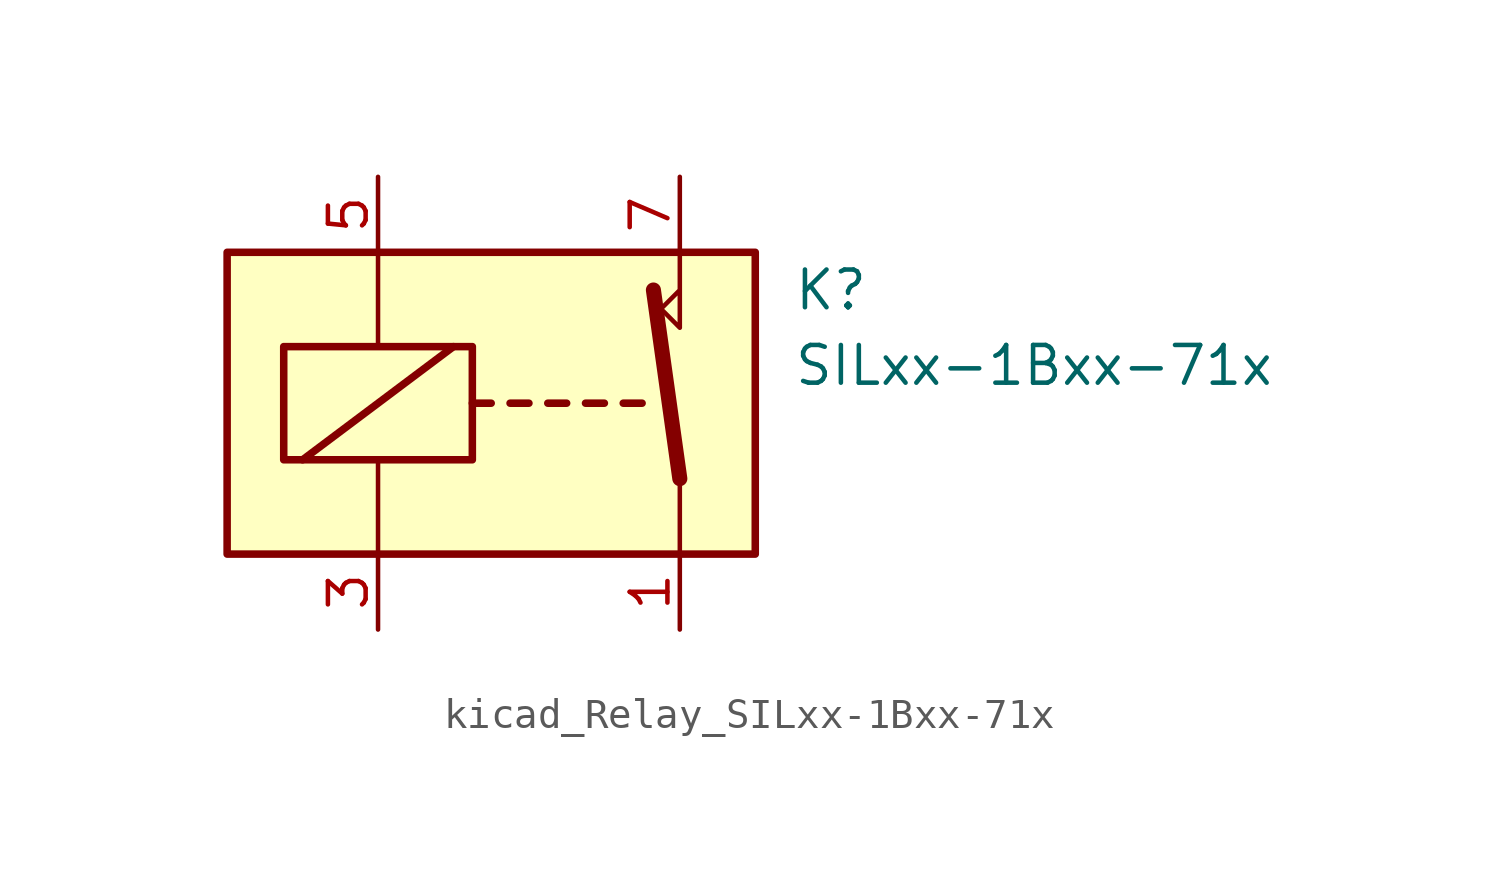
<source format=kicad_sym>
(kicad_symbol_lib
  (version 20220914)
  (generator kicad_symbol_editor)
  (symbol "kicad_Relay_SILxx-1Bxx-71x"
    (property "Reference" "K"
      (at 8.89 3.81 0)
      (effects (font (size 1.27 1.27)) (justify left)))
    (property "Value" "SILxx-1Bxx-71x"
      (at 8.89 1.27 0)
      (effects (font (size 1.27 1.27)) (justify left)))
    (symbol "kicad_Relay_SILxx-1Bxx-71x_0_0"
      (polyline (pts (xy 5.08 5.08) (xy 5.08 2.54) (xy 4.445 3.175) (xy 5.08 3.81)) (stroke (width 0) (type default)) (fill (type none))))
    (symbol "kicad_Relay_SILxx-1Bxx-71x_0_1"
      (rectangle (start -10.16 5.08) (end 7.62 -5.08) (stroke (width 0.254) (type default)) (fill (type background)))
      (rectangle (start -8.255 1.905) (end -1.905 -1.905) (stroke (width 0.254) (type default)) (fill (type none)))
      (polyline (pts (xy -7.62 -1.905) (xy -2.54 1.905)) (stroke (width 0.254) (type default)) (fill (type none)))
      (polyline (pts (xy -5.08 -5.08) (xy -5.08 -1.905)) (stroke (width 0) (type default)) (fill (type none)))
      (polyline (pts (xy -5.08 5.08) (xy -5.08 1.905)) (stroke (width 0) (type default)) (fill (type none)))
      (polyline (pts (xy -1.905 0) (xy -1.27 0)) (stroke (width 0.254) (type default)) (fill (type none)))
      (polyline (pts (xy -0.635 0) (xy 0 0)) (stroke (width 0.254) (type default)) (fill (type none)))
      (polyline (pts (xy 0.635 0) (xy 1.27 0)) (stroke (width 0.254) (type default)) (fill (type none)))
      (polyline (pts (xy 1.905 0) (xy 2.54 0)) (stroke (width 0.254) (type default)) (fill (type none)))
      (polyline (pts (xy 3.175 0) (xy 3.81 0)) (stroke (width 0.254) (type default)) (fill (type none)))
      (polyline (pts (xy 5.08 -2.54) (xy 4.191 3.81)) (stroke (width 0.508) (type default)) (fill (type none)))
      (polyline (pts (xy 5.08 -2.54) (xy 5.08 -5.08)) (stroke (width 0) (type default)) (fill (type none))))
    (symbol "kicad_Relay_SILxx-1Bxx-71x_1_1"
      (pin passive line (at 5.08 -7.62 90) (length 2.54) (name "~" (effects (font (size 1.27 1.27)))) (number "1" (effects (font (size 1.27 1.27)))))
      (pin passive line (at -5.08 -7.62 90) (length 2.54) (name "~" (effects (font (size 1.27 1.27)))) (number "3" (effects (font (size 1.27 1.27)))))
      (pin passive line (at -5.08 7.62 270) (length 2.54) (name "~" (effects (font (size 1.27 1.27)))) (number "5" (effects (font (size 1.27 1.27)))))
      (pin passive line (at 5.08 7.62 270) (length 2.54) (name "~" (effects (font (size 1.27 1.27)))) (number "7" (effects (font (size 1.27 1.27))))))))
</source>
